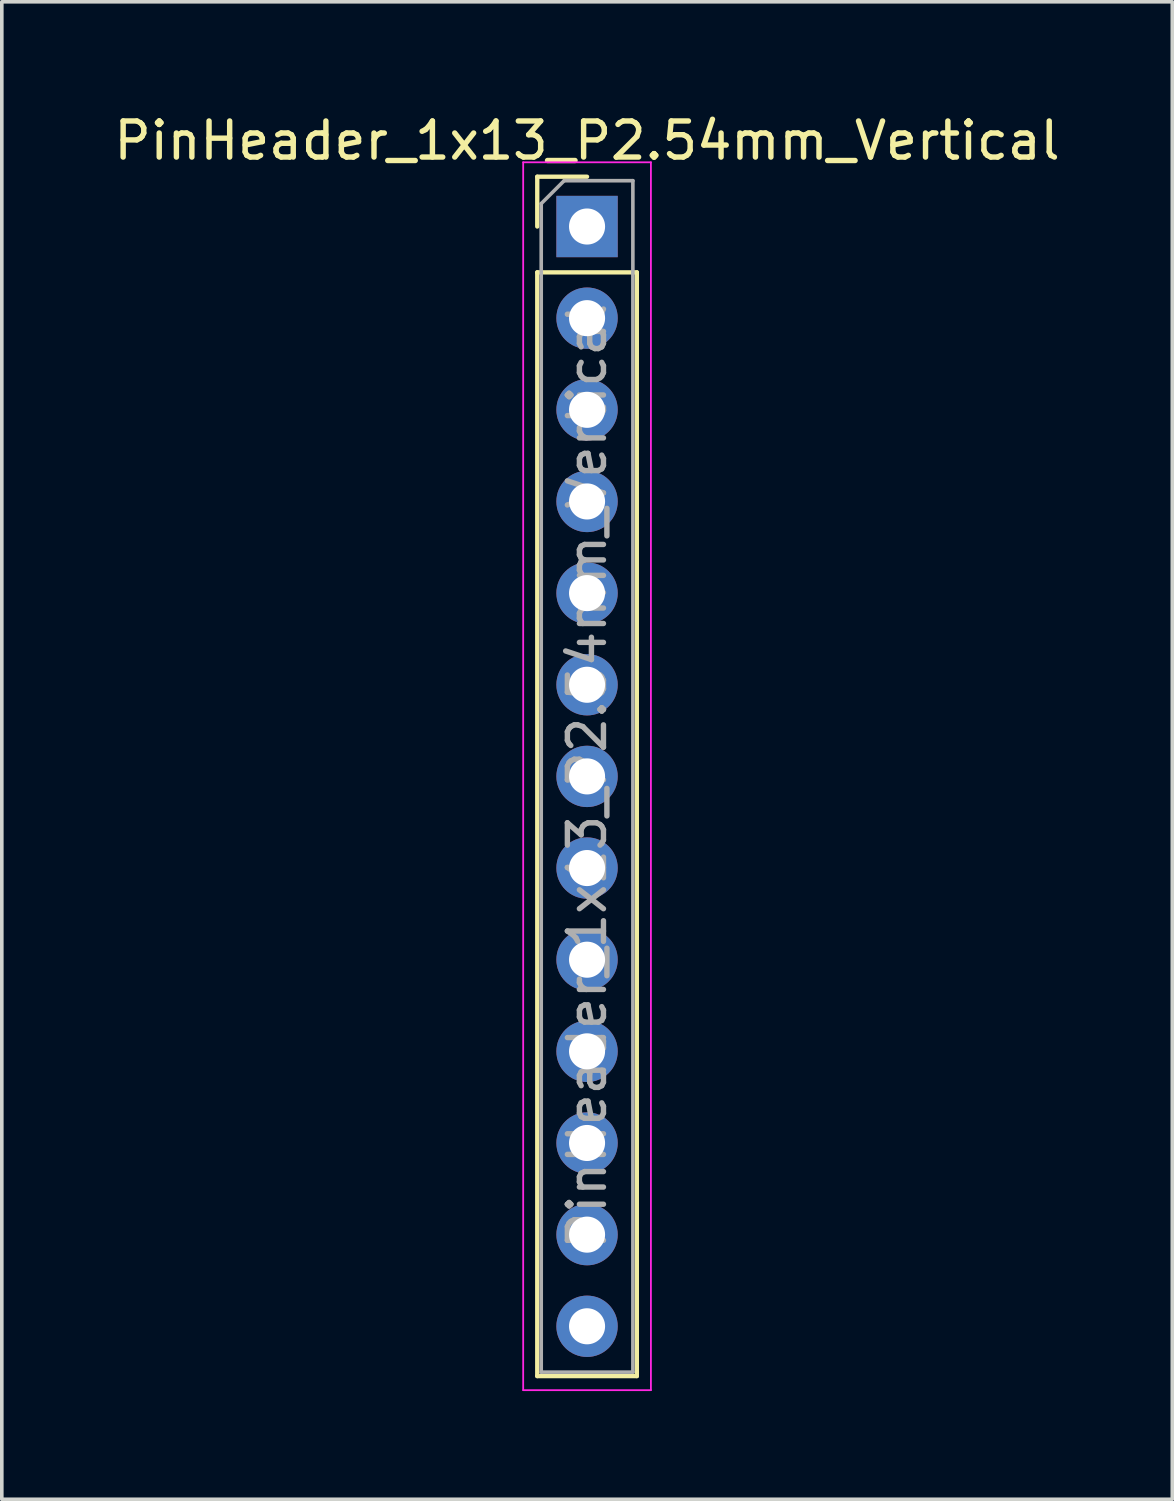
<source format=kicad_pcb>
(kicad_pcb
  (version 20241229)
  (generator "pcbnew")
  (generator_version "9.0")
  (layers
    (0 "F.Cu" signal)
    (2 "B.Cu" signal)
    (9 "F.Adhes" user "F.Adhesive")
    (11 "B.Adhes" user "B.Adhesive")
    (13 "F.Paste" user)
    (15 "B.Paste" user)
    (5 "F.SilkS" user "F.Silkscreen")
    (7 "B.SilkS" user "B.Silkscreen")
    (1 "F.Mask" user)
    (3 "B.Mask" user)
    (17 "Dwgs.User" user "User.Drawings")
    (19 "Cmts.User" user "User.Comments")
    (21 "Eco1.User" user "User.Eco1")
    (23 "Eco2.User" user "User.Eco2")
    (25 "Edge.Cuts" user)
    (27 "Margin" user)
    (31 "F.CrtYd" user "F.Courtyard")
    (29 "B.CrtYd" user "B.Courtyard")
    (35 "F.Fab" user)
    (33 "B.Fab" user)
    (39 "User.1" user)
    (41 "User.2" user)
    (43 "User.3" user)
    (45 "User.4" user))
  (footprint "PinHeader_1x13_P2.54mm_Vertical"
    (layer "F.Cu")
    (at 13.22 3.228)
    (property "Reference" "PinHeader_1x13_P2.54mm_Vertical" (at 0 -2.38 0) (layer "F.SilkS") (effects (font (size 1 1) (thickness 0.15))))
    (attr through_hole)
    (fp_line (start -1.38 -1.38) (end 0 -1.38) (stroke (width 0.12) (type solid)) (layer "F.SilkS"))
    (fp_line (start -1.38 0) (end -1.38 -1.38) (stroke (width 0.12) (type solid)) (layer "F.SilkS"))
    (fp_line (start -1.38 1.27) (end -1.38 31.86) (stroke (width 0.12) (type solid)) (layer "F.SilkS"))
    (fp_line (start -1.38 1.27) (end 1.38 1.27) (stroke (width 0.12) (type solid)) (layer "F.SilkS"))
    (fp_line (start -1.38 31.86) (end 1.38 31.86) (stroke (width 0.12) (type solid)) (layer "F.SilkS"))
    (fp_line (start 1.38 1.27) (end 1.38 31.86) (stroke (width 0.12) (type solid)) (layer "F.SilkS"))
    (fp_line (start -1.77 -1.78) (end -1.77 32.25) (stroke (width 0.05) (type solid)) (layer "F.CrtYd"))
    (fp_line (start -1.77 32.25) (end 1.77 32.25) (stroke (width 0.05) (type solid)) (layer "F.CrtYd"))
    (fp_line (start 1.77 -1.78) (end -1.77 -1.78) (stroke (width 0.05) (type solid)) (layer "F.CrtYd"))
    (fp_line (start 1.77 32.25) (end 1.77 -1.78) (stroke (width 0.05) (type solid)) (layer "F.CrtYd"))
    (fp_line (start -1.27 -0.635) (end -0.635 -1.27) (stroke (width 0.1) (type solid)) (layer "F.Fab"))
    (fp_line (start -1.27 31.75) (end -1.27 -0.635) (stroke (width 0.1) (type solid)) (layer "F.Fab"))
    (fp_line (start -0.635 -1.27) (end 1.27 -1.27) (stroke (width 0.1) (type solid)) (layer "F.Fab"))
    (fp_line (start 1.27 -1.27) (end 1.27 31.75) (stroke (width 0.1) (type solid)) (layer "F.Fab"))
    (fp_line (start 1.27 31.75) (end -1.27 31.75) (stroke (width 0.1) (type solid)) (layer "F.Fab"))
    (fp_text user "${REFERENCE}" (at 0 15.24 90) (layer "F.Fab") (effects (font (size 1 1) (thickness 0.15))))
    (pad "1" thru_hole rect (at 0 0) (size 1.7 1.7) (drill 1) (layers "*.Cu" "*.Mask"))
    (pad "2" thru_hole circle (at 0 2.54) (size 1.7 1.7) (drill 1) (layers "*.Cu" "*.Mask"))
    (pad "3" thru_hole circle (at 0 5.08) (size 1.7 1.7) (drill 1) (layers "*.Cu" "*.Mask"))
    (pad "4" thru_hole circle (at 0 7.62) (size 1.7 1.7) (drill 1) (layers "*.Cu" "*.Mask"))
    (pad "5" thru_hole circle (at 0 10.16) (size 1.7 1.7) (drill 1) (layers "*.Cu" "*.Mask"))
    (pad "6" thru_hole circle (at 0 12.7) (size 1.7 1.7) (drill 1) (layers "*.Cu" "*.Mask"))
    (pad "7" thru_hole circle (at 0 15.24) (size 1.7 1.7) (drill 1) (layers "*.Cu" "*.Mask"))
    (pad "8" thru_hole circle (at 0 17.78) (size 1.7 1.7) (drill 1) (layers "*.Cu" "*.Mask"))
    (pad "9" thru_hole circle (at 0 20.32) (size 1.7 1.7) (drill 1) (layers "*.Cu" "*.Mask"))
    (pad "10" thru_hole circle (at 0 22.86) (size 1.7 1.7) (drill 1) (layers "*.Cu" "*.Mask"))
    (pad "11" thru_hole circle (at 0 25.4) (size 1.7 1.7) (drill 1) (layers "*.Cu" "*.Mask"))
    (pad "12" thru_hole circle (at 0 27.94) (size 1.7 1.7) (drill 1) (layers "*.Cu" "*.Mask"))
    (pad "13" thru_hole circle (at 0 30.48) (size 1.7 1.7) (drill 1) (layers "*.Cu" "*.Mask")))
  (gr_rect
    (start -3 -3)
    (end 29.44 38.503)
    (stroke (width 0.1) (type default))
    (fill no)
    (layer "Edge.Cuts")))
</source>
